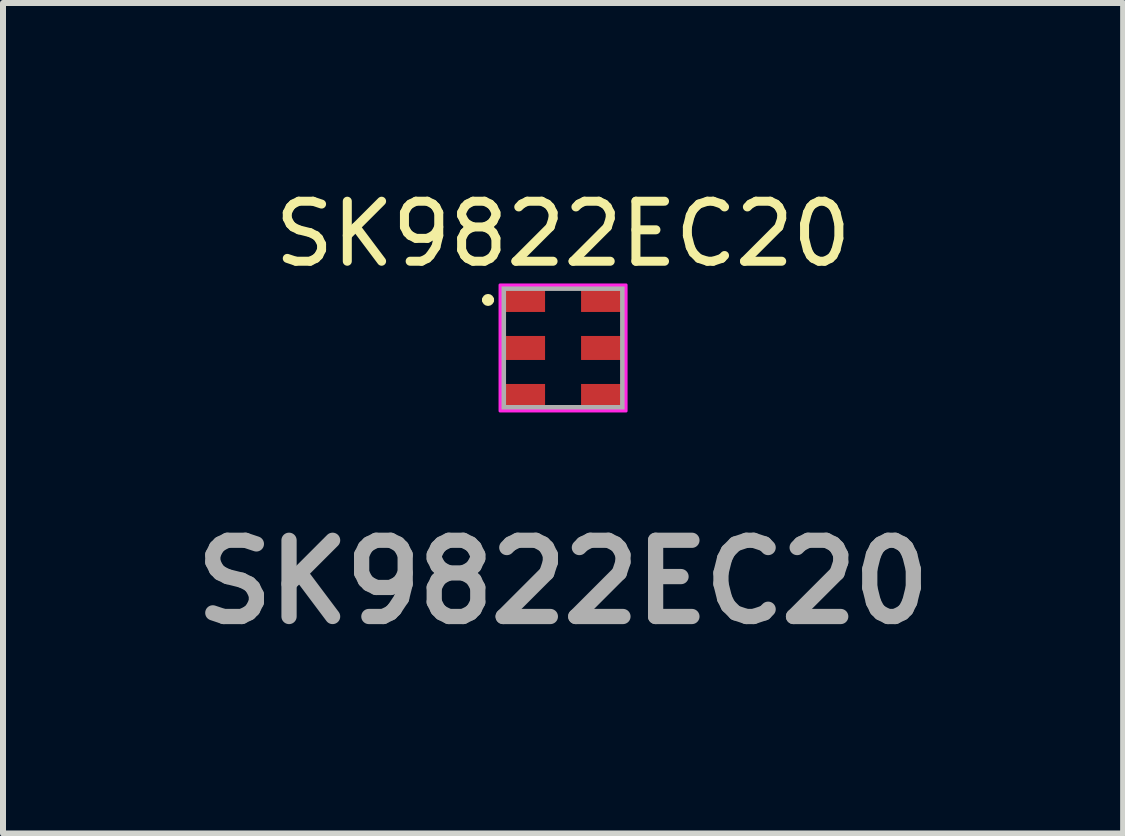
<source format=kicad_pcb>
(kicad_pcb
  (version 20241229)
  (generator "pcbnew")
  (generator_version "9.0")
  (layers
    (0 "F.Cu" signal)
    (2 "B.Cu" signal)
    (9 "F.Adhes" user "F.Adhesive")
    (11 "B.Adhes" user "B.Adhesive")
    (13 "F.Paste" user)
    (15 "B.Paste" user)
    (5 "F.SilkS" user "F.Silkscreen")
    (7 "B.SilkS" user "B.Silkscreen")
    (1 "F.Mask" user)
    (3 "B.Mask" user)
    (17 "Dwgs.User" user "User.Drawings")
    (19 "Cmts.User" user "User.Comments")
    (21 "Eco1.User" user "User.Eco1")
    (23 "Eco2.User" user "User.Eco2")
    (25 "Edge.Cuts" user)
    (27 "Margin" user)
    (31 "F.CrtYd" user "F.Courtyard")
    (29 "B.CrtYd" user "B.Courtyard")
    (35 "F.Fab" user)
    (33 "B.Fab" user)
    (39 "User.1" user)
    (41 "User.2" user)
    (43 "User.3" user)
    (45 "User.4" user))
  (footprint "SK9822EC20"
    (layer "F.Cu")
    (at 6.332 2.748)
    (property "Reference" "SK9822EC20" (at 0 -1.9 0) (layer "F.SilkS") (effects (font (size 1 1) (thickness 0.15))))
    (attr smd)
    (fp_line (start -1.3 -0.8) (end -1.3 -0.8) (stroke (width 0.1) (type solid)) (layer "F.SilkS"))
    (fp_line (start -1.2 -0.8) (end -1.2 -0.8) (stroke (width 0.1) (type solid)) (layer "F.SilkS"))
    (fp_arc (start -1.3 -0.8) (mid -1.25 -0.85) (end -1.2 -0.8) (stroke (width 0.1) (type solid)) (layer "F.SilkS"))
    (fp_arc (start -1.2 -0.8) (mid -1.25 -0.75) (end -1.3 -0.8) (stroke (width 0.1) (type solid)) (layer "F.SilkS"))
    (fp_rect (start -1.05 -1.05) (end 1.05 1.05) (stroke (width 0.05) (type default)) (fill no) (layer "F.CrtYd"))
    (fp_line (start -1 -1) (end 1 -1) (stroke (width 0.1) (type solid)) (layer "F.Fab"))
    (fp_line (start -1 1) (end -1 -1) (stroke (width 0.1) (type solid)) (layer "F.Fab"))
    (fp_line (start 1 -1) (end 1 1) (stroke (width 0.1) (type solid)) (layer "F.Fab"))
    (fp_line (start 1 1) (end -1 1) (stroke (width 0.1) (type solid)) (layer "F.Fab"))
    (fp_text user "${REFERENCE}" (at 0 3.9 0) (layer "F.Fab") (effects (font (size 1.27 1.27) (thickness 0.254))))
    (pad "1" smd rect (at -0.65 -0.8 90) (size 0.4 0.7) (layers "F.Cu" "F.Mask" "F.Paste"))
    (pad "2" smd rect (at -0.65 0 90) (size 0.4 0.7) (layers "F.Cu" "F.Mask" "F.Paste"))
    (pad "3" smd rect (at -0.65 0.8 90) (size 0.4 0.7) (layers "F.Cu" "F.Mask" "F.Paste"))
    (pad "4" smd rect (at 0.65 0.8 90) (size 0.4 0.7) (layers "F.Cu" "F.Mask" "F.Paste"))
    (pad "5" smd rect (at 0.65 0 90) (size 0.4 0.7) (layers "F.Cu" "F.Mask" "F.Paste"))
    (pad "6" smd rect (at 0.65 -0.8 90) (size 0.4 0.7) (layers "F.Cu" "F.Mask" "F.Paste")))
  (gr_rect
    (start -3 -3)
    (end 15.664 10.837)
    (stroke (width 0.1) (type default))
    (fill no)
    (layer "Edge.Cuts")))
</source>
